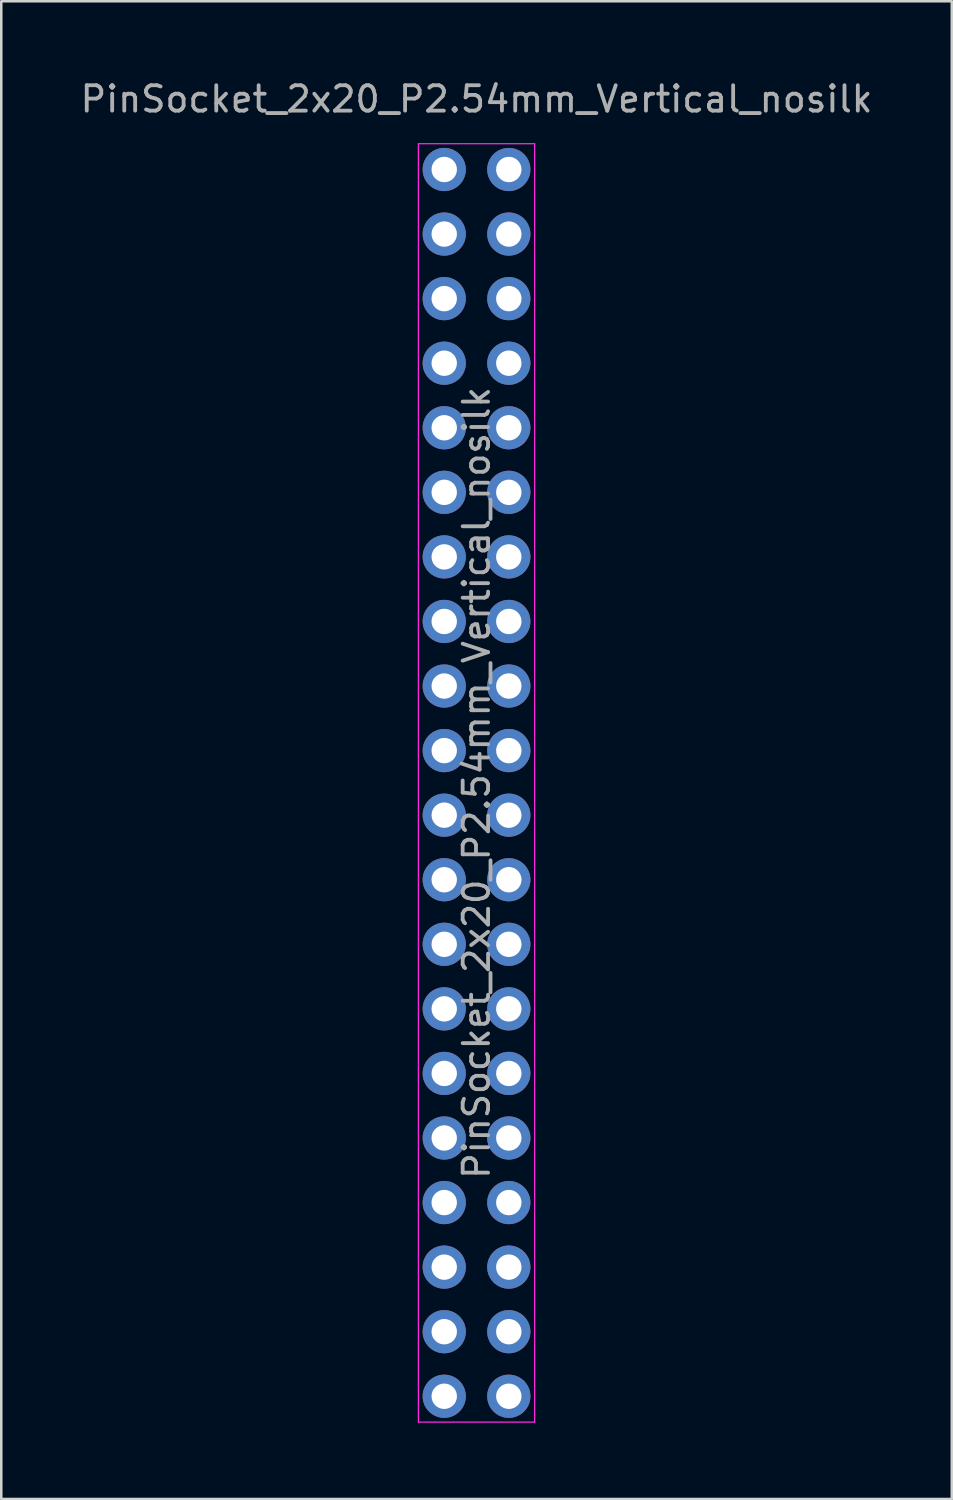
<source format=kicad_pcb>
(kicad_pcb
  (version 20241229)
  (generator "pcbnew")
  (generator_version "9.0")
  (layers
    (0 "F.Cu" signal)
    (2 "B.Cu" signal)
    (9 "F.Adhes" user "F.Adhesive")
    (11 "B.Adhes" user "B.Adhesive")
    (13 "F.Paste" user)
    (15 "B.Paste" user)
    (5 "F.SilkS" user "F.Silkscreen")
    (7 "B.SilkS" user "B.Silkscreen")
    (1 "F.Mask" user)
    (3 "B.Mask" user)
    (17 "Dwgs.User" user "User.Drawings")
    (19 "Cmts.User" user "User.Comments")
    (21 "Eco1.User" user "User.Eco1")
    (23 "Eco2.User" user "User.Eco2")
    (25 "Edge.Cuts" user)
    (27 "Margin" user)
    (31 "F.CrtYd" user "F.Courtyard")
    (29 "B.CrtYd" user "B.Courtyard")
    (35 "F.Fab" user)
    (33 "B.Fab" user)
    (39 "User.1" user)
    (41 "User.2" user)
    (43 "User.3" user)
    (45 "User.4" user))
  (footprint "PinSocket_2x20_P2.54mm_Vertical_nosilk"
    (layer "F.Cu")
    (at 16.966 3.618)
    (property "Reference" "PinSocket_2x20_P2.54mm_Vertical_nosilk" (at -1.27 -2.77 0) (layer "F.Fab") (effects (font (size 1 1) (thickness 0.15))))
    (attr through_hole)
    (fp_line (start -3.556 -1.016) (end 1.016 -1.016) (stroke (width 0.05) (type solid)) (layer "F.CrtYd"))
    (fp_line (start -3.556 49.276) (end -3.556 -1.016) (stroke (width 0.05) (type solid)) (layer "F.CrtYd"))
    (fp_line (start 1.016 -1.016) (end 1.016 49.276) (stroke (width 0.05) (type solid)) (layer "F.CrtYd"))
    (fp_line (start 1.016 49.276) (end -3.556 49.276) (stroke (width 0.05) (type solid)) (layer "F.CrtYd"))
    (fp_text user "${REFERENCE}" (at -1.27 24.13 90) (layer "F.Fab") (effects (font (size 1 1) (thickness 0.15))))
    (pad "1" thru_hole oval (at 0 0) (size 1.7 1.7) (drill 1) (layers "*.Cu" "*.Mask"))
    (pad "2" thru_hole oval (at -2.54 0) (size 1.7 1.7) (drill 1) (layers "*.Cu" "*.Mask"))
    (pad "3" thru_hole oval (at 0 2.54) (size 1.7 1.7) (drill 1) (layers "*.Cu" "*.Mask"))
    (pad "4" thru_hole oval (at -2.54 2.54) (size 1.7 1.7) (drill 1) (layers "*.Cu" "*.Mask"))
    (pad "5" thru_hole oval (at 0 5.08) (size 1.7 1.7) (drill 1) (layers "*.Cu" "*.Mask"))
    (pad "6" thru_hole oval (at -2.54 5.08) (size 1.7 1.7) (drill 1) (layers "*.Cu" "*.Mask"))
    (pad "7" thru_hole oval (at 0 7.62) (size 1.7 1.7) (drill 1) (layers "*.Cu" "*.Mask"))
    (pad "8" thru_hole oval (at -2.54 7.62) (size 1.7 1.7) (drill 1) (layers "*.Cu" "*.Mask"))
    (pad "9" thru_hole oval (at 0 10.16) (size 1.7 1.7) (drill 1) (layers "*.Cu" "*.Mask"))
    (pad "10" thru_hole oval (at -2.54 10.16) (size 1.7 1.7) (drill 1) (layers "*.Cu" "*.Mask"))
    (pad "11" thru_hole oval (at 0 12.7) (size 1.7 1.7) (drill 1) (layers "*.Cu" "*.Mask"))
    (pad "12" thru_hole oval (at -2.54 12.7) (size 1.7 1.7) (drill 1) (layers "*.Cu" "*.Mask"))
    (pad "13" thru_hole oval (at 0 15.24) (size 1.7 1.7) (drill 1) (layers "*.Cu" "*.Mask"))
    (pad "14" thru_hole oval (at -2.54 15.24) (size 1.7 1.7) (drill 1) (layers "*.Cu" "*.Mask"))
    (pad "15" thru_hole oval (at 0 17.78) (size 1.7 1.7) (drill 1) (layers "*.Cu" "*.Mask"))
    (pad "16" thru_hole oval (at -2.54 17.78) (size 1.7 1.7) (drill 1) (layers "*.Cu" "*.Mask"))
    (pad "17" thru_hole oval (at 0 20.32) (size 1.7 1.7) (drill 1) (layers "*.Cu" "*.Mask"))
    (pad "18" thru_hole oval (at -2.54 20.32) (size 1.7 1.7) (drill 1) (layers "*.Cu" "*.Mask"))
    (pad "19" thru_hole oval (at 0 22.86) (size 1.7 1.7) (drill 1) (layers "*.Cu" "*.Mask"))
    (pad "20" thru_hole oval (at -2.54 22.86) (size 1.7 1.7) (drill 1) (layers "*.Cu" "*.Mask"))
    (pad "21" thru_hole oval (at 0 25.4) (size 1.7 1.7) (drill 1) (layers "*.Cu" "*.Mask"))
    (pad "22" thru_hole oval (at -2.54 25.4) (size 1.7 1.7) (drill 1) (layers "*.Cu" "*.Mask"))
    (pad "23" thru_hole oval (at 0 27.94) (size 1.7 1.7) (drill 1) (layers "*.Cu" "*.Mask"))
    (pad "24" thru_hole oval (at -2.54 27.94) (size 1.7 1.7) (drill 1) (layers "*.Cu" "*.Mask"))
    (pad "25" thru_hole oval (at 0 30.48) (size 1.7 1.7) (drill 1) (layers "*.Cu" "*.Mask"))
    (pad "26" thru_hole oval (at -2.54 30.48) (size 1.7 1.7) (drill 1) (layers "*.Cu" "*.Mask"))
    (pad "27" thru_hole oval (at 0 33.02) (size 1.7 1.7) (drill 1) (layers "*.Cu" "*.Mask"))
    (pad "28" thru_hole oval (at -2.54 33.02) (size 1.7 1.7) (drill 1) (layers "*.Cu" "*.Mask"))
    (pad "29" thru_hole oval (at 0 35.56) (size 1.7 1.7) (drill 1) (layers "*.Cu" "*.Mask"))
    (pad "30" thru_hole oval (at -2.54 35.56) (size 1.7 1.7) (drill 1) (layers "*.Cu" "*.Mask"))
    (pad "31" thru_hole oval (at 0 38.1) (size 1.7 1.7) (drill 1) (layers "*.Cu" "*.Mask"))
    (pad "32" thru_hole oval (at -2.54 38.1) (size 1.7 1.7) (drill 1) (layers "*.Cu" "*.Mask"))
    (pad "33" thru_hole oval (at 0 40.64) (size 1.7 1.7) (drill 1) (layers "*.Cu" "*.Mask"))
    (pad "34" thru_hole oval (at -2.54 40.64) (size 1.7 1.7) (drill 1) (layers "*.Cu" "*.Mask"))
    (pad "35" thru_hole oval (at 0 43.18) (size 1.7 1.7) (drill 1) (layers "*.Cu" "*.Mask"))
    (pad "36" thru_hole oval (at -2.54 43.18) (size 1.7 1.7) (drill 1) (layers "*.Cu" "*.Mask"))
    (pad "37" thru_hole oval (at 0 45.72) (size 1.7 1.7) (drill 1) (layers "*.Cu" "*.Mask"))
    (pad "38" thru_hole oval (at -2.54 45.72) (size 1.7 1.7) (drill 1) (layers "*.Cu" "*.Mask"))
    (pad "39" thru_hole oval (at 0 48.26) (size 1.7 1.7) (drill 1) (layers "*.Cu" "*.Mask"))
    (pad "40" thru_hole oval (at -2.54 48.26) (size 1.7 1.7) (drill 1) (layers "*.Cu" "*.Mask")))
  (gr_rect
    (start -3 -3)
    (end 34.393 55.919)
    (stroke (width 0.1) (type default))
    (fill no)
    (layer "Edge.Cuts")))
</source>
